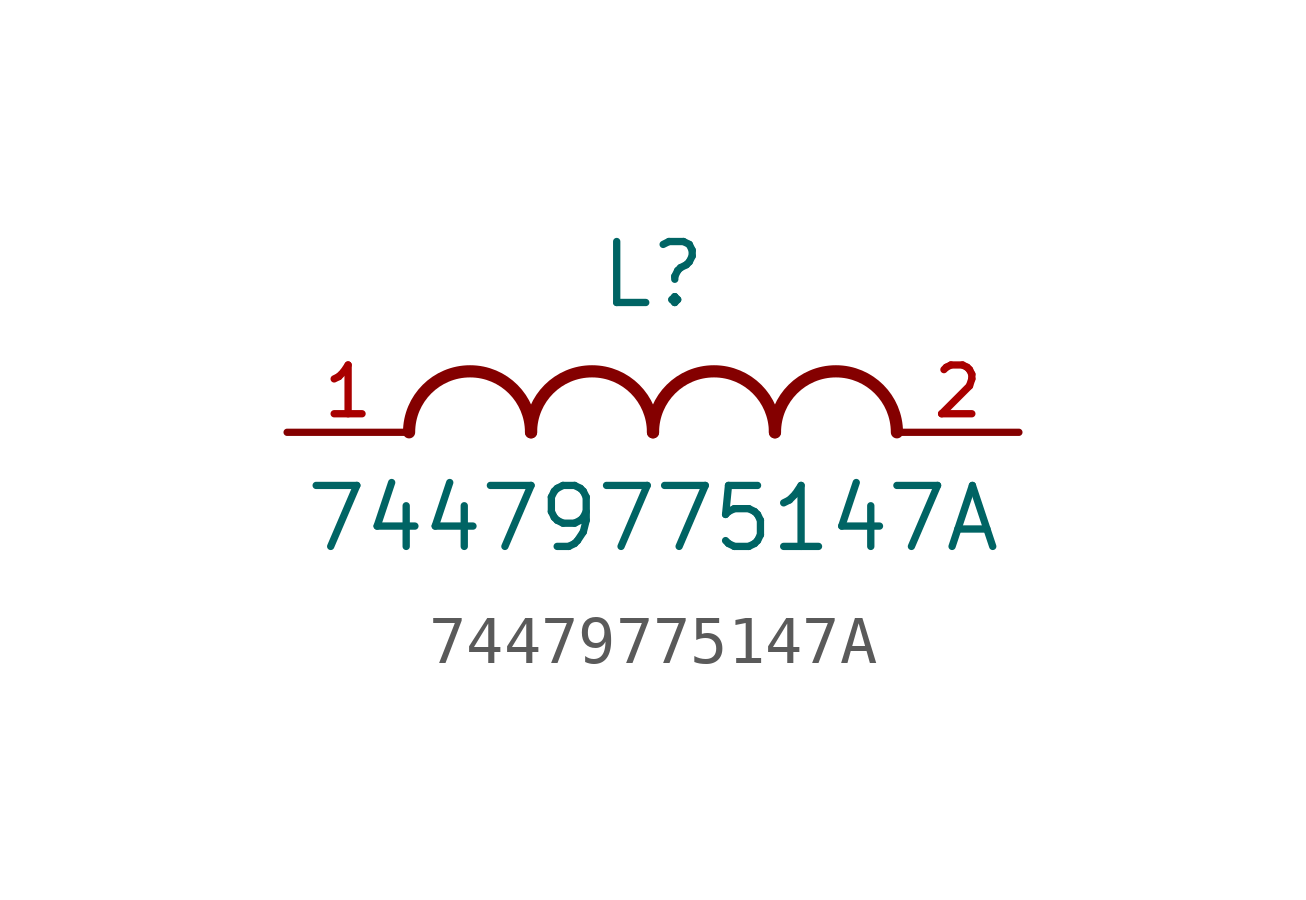
<source format=kicad_sym>
(kicad_symbol_lib
  (version 20211014)
  (generator kicad_symbol_editor)
  (symbol "74479775147A"
    (pin_names
      (offset 1.016))
    (property "Reference" "L"
      (at 0.0 2.54 0)
      (effects (font (size 1.27 1.27)) (justify bottom)))
    (property "Value" "74479775147A"
      (at 0.0 -2.54 0)
      (effects (font (size 1.27 1.27)) (justify bottom)))
    (symbol "74479775147A_0_0"
      (arc (start -2.54 0.0) (mid -3.81 1.27) (end -5.08 0.0) (stroke (width 0.254) (type default) (color 0 0 0 0)) (fill (type none)))
      (arc (start 0.0 0.0) (mid -1.27 1.27) (end -2.54 0.0) (stroke (width 0.254) (type default) (color 0 0 0 0)) (fill (type none)))
      (arc (start 2.54 0.0) (mid 1.27 1.27) (end 0.0 0.0) (stroke (width 0.254) (type default) (color 0 0 0 0)) (fill (type none)))
      (arc (start 5.08 0.0) (mid 3.81 1.27) (end 2.54 0.0) (stroke (width 0.254) (type default) (color 0 0 0 0)) (fill (type none)))
      (pin passive line (at -7.62 0.0 0) (length 2.54) (name "~" (effects (font (size 1.016 1.016)))) (number "1" (effects (font (size 1.016 1.016)))))
      (pin passive line (at 7.62 0.0 180.0) (length 2.54) (name "~" (effects (font (size 1.016 1.016)))) (number "2" (effects (font (size 1.016 1.016))))))))
</source>
